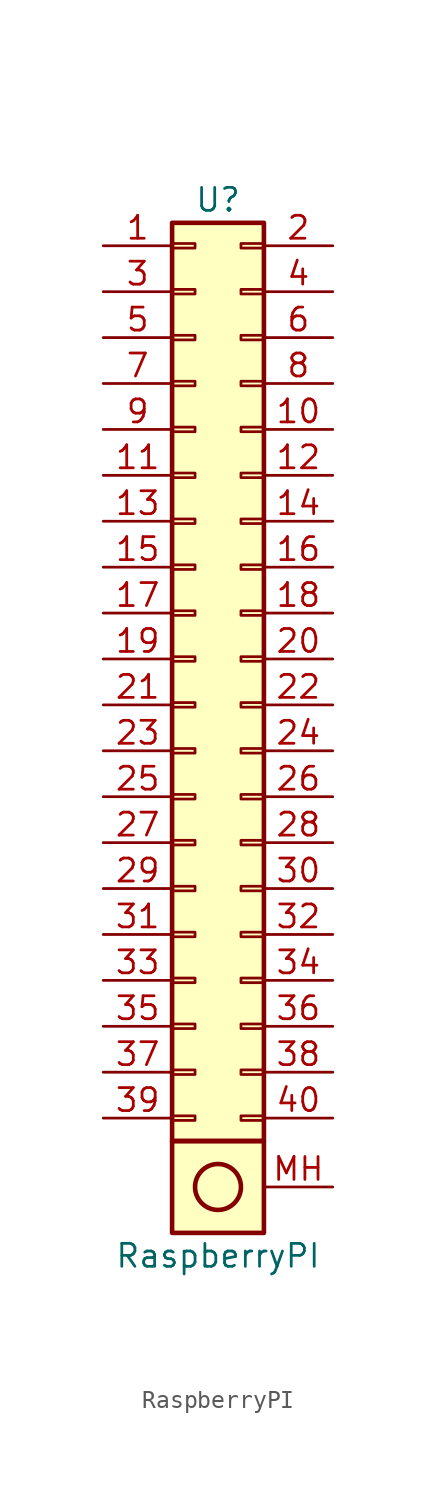
<source format=kicad_sym>
(kicad_symbol_lib
  (version 20220914)
  (generator kicad_symbol_editor)
  (symbol "RaspberryPI"
    (pin_names
      (offset 1.016) hide)
    (property "Reference" "U"
      (at 0 26.67 0)
      (effects (font (size 1.27 1.27))))
    (property "Value" "RaspberryPI"
      (at 0 -31.75 0)
      (effects (font (size 1.27 1.27))))
    (symbol "RaspberryPI_0_1"
      (rectangle (start -2.54 -25.4) (end 2.54 -30.48) (stroke (width 0.254) (type default)) (fill (type background)))
      (circle (center 0 -27.94) (radius 1.27) (stroke (width 0.254) (type default)) (fill (type none))))
    (symbol "RaspberryPI_1_1"
      (rectangle (start -2.54 -24.003) (end -1.27 -24.257) (stroke (width 0.152) (type default)) (fill (type none)))
      (rectangle (start -2.54 -21.463) (end -1.27 -21.717) (stroke (width 0.152) (type default)) (fill (type none)))
      (rectangle (start -2.54 -18.923) (end -1.27 -19.177) (stroke (width 0.152) (type default)) (fill (type none)))
      (rectangle (start -2.54 -16.383) (end -1.27 -16.637) (stroke (width 0.152) (type default)) (fill (type none)))
      (rectangle (start -2.54 -13.843) (end -1.27 -14.097) (stroke (width 0.152) (type default)) (fill (type none)))
      (rectangle (start -2.54 -11.303) (end -1.27 -11.557) (stroke (width 0.152) (type default)) (fill (type none)))
      (rectangle (start -2.54 -8.763) (end -1.27 -9.017) (stroke (width 0.152) (type default)) (fill (type none)))
      (rectangle (start -2.54 -6.223) (end -1.27 -6.477) (stroke (width 0.152) (type default)) (fill (type none)))
      (rectangle (start -2.54 -3.683) (end -1.27 -3.937) (stroke (width 0.152) (type default)) (fill (type none)))
      (rectangle (start -2.54 -1.143) (end -1.27 -1.397) (stroke (width 0.152) (type default)) (fill (type none)))
      (rectangle (start -2.54 1.397) (end -1.27 1.143) (stroke (width 0.152) (type default)) (fill (type none)))
      (rectangle (start -2.54 3.937) (end -1.27 3.683) (stroke (width 0.152) (type default)) (fill (type none)))
      (rectangle (start -2.54 6.477) (end -1.27 6.223) (stroke (width 0.152) (type default)) (fill (type none)))
      (rectangle (start -2.54 9.017) (end -1.27 8.763) (stroke (width 0.152) (type default)) (fill (type none)))
      (rectangle (start -2.54 11.557) (end -1.27 11.303) (stroke (width 0.152) (type default)) (fill (type none)))
      (rectangle (start -2.54 14.097) (end -1.27 13.843) (stroke (width 0.152) (type default)) (fill (type none)))
      (rectangle (start -2.54 16.637) (end -1.27 16.383) (stroke (width 0.152) (type default)) (fill (type none)))
      (rectangle (start -2.54 19.177) (end -1.27 18.923) (stroke (width 0.152) (type default)) (fill (type none)))
      (rectangle (start -2.54 21.717) (end -1.27 21.463) (stroke (width 0.152) (type default)) (fill (type none)))
      (rectangle (start -2.54 24.257) (end -1.27 24.003) (stroke (width 0.152) (type default)) (fill (type none)))
      (rectangle (start -2.54 25.4) (end 2.54 -25.4) (stroke (width 0.254) (type default)) (fill (type background)))
      (rectangle (start 2.54 -24.003) (end 1.27 -24.257) (stroke (width 0.152) (type default)) (fill (type none)))
      (rectangle (start 2.54 -21.463) (end 1.27 -21.717) (stroke (width 0.152) (type default)) (fill (type none)))
      (rectangle (start 2.54 -18.923) (end 1.27 -19.177) (stroke (width 0.152) (type default)) (fill (type none)))
      (rectangle (start 2.54 -16.383) (end 1.27 -16.637) (stroke (width 0.152) (type default)) (fill (type none)))
      (rectangle (start 2.54 -13.843) (end 1.27 -14.097) (stroke (width 0.152) (type default)) (fill (type none)))
      (rectangle (start 2.54 -11.303) (end 1.27 -11.557) (stroke (width 0.152) (type default)) (fill (type none)))
      (rectangle (start 2.54 -8.763) (end 1.27 -9.017) (stroke (width 0.152) (type default)) (fill (type none)))
      (rectangle (start 2.54 -6.223) (end 1.27 -6.477) (stroke (width 0.152) (type default)) (fill (type none)))
      (rectangle (start 2.54 -3.683) (end 1.27 -3.937) (stroke (width 0.152) (type default)) (fill (type none)))
      (rectangle (start 2.54 -1.143) (end 1.27 -1.397) (stroke (width 0.152) (type default)) (fill (type none)))
      (rectangle (start 2.54 1.397) (end 1.27 1.143) (stroke (width 0.152) (type default)) (fill (type none)))
      (rectangle (start 2.54 3.937) (end 1.27 3.683) (stroke (width 0.152) (type default)) (fill (type none)))
      (rectangle (start 2.54 6.477) (end 1.27 6.223) (stroke (width 0.152) (type default)) (fill (type none)))
      (rectangle (start 2.54 9.017) (end 1.27 8.763) (stroke (width 0.152) (type default)) (fill (type none)))
      (rectangle (start 2.54 11.557) (end 1.27 11.303) (stroke (width 0.152) (type default)) (fill (type none)))
      (rectangle (start 2.54 14.097) (end 1.27 13.843) (stroke (width 0.152) (type default)) (fill (type none)))
      (rectangle (start 2.54 16.637) (end 1.27 16.383) (stroke (width 0.152) (type default)) (fill (type none)))
      (rectangle (start 2.54 19.177) (end 1.27 18.923) (stroke (width 0.152) (type default)) (fill (type none)))
      (rectangle (start 2.54 21.717) (end 1.27 21.463) (stroke (width 0.152) (type default)) (fill (type none)))
      (rectangle (start 2.54 24.257) (end 1.27 24.003) (stroke (width 0.152) (type default)) (fill (type none)))
      (pin passive line (at -6.35 24.13 0) (length 3.81) (name "Pin_1" (effects (font (size 1.27 1.27)))) (number "1" (effects (font (size 1.27 1.27)))))
      (pin passive line (at 6.35 13.97 180) (length 3.81) (name "Pin_10" (effects (font (size 1.27 1.27)))) (number "10" (effects (font (size 1.27 1.27)))))
      (pin passive line (at -6.35 11.43 0) (length 3.81) (name "Pin_11" (effects (font (size 1.27 1.27)))) (number "11" (effects (font (size 1.27 1.27)))))
      (pin passive line (at 6.35 11.43 180) (length 3.81) (name "Pin_12" (effects (font (size 1.27 1.27)))) (number "12" (effects (font (size 1.27 1.27)))))
      (pin passive line (at -6.35 8.89 0) (length 3.81) (name "Pin_13" (effects (font (size 1.27 1.27)))) (number "13" (effects (font (size 1.27 1.27)))))
      (pin passive line (at 6.35 8.89 180) (length 3.81) (name "Pin_14" (effects (font (size 1.27 1.27)))) (number "14" (effects (font (size 1.27 1.27)))))
      (pin passive line (at -6.35 6.35 0) (length 3.81) (name "Pin_15" (effects (font (size 1.27 1.27)))) (number "15" (effects (font (size 1.27 1.27)))))
      (pin passive line (at 6.35 6.35 180) (length 3.81) (name "Pin_16" (effects (font (size 1.27 1.27)))) (number "16" (effects (font (size 1.27 1.27)))))
      (pin passive line (at -6.35 3.81 0) (length 3.81) (name "Pin_17" (effects (font (size 1.27 1.27)))) (number "17" (effects (font (size 1.27 1.27)))))
      (pin passive line (at 6.35 3.81 180) (length 3.81) (name "Pin_18" (effects (font (size 1.27 1.27)))) (number "18" (effects (font (size 1.27 1.27)))))
      (pin passive line (at -6.35 1.27 0) (length 3.81) (name "Pin_19" (effects (font (size 1.27 1.27)))) (number "19" (effects (font (size 1.27 1.27)))))
      (pin passive line (at 6.35 24.13 180) (length 3.81) (name "Pin_2" (effects (font (size 1.27 1.27)))) (number "2" (effects (font (size 1.27 1.27)))))
      (pin passive line (at 6.35 1.27 180) (length 3.81) (name "Pin_20" (effects (font (size 1.27 1.27)))) (number "20" (effects (font (size 1.27 1.27)))))
      (pin passive line (at -6.35 -1.27 0) (length 3.81) (name "Pin_21" (effects (font (size 1.27 1.27)))) (number "21" (effects (font (size 1.27 1.27)))))
      (pin passive line (at 6.35 -1.27 180) (length 3.81) (name "Pin_22" (effects (font (size 1.27 1.27)))) (number "22" (effects (font (size 1.27 1.27)))))
      (pin passive line (at -6.35 -3.81 0) (length 3.81) (name "Pin_23" (effects (font (size 1.27 1.27)))) (number "23" (effects (font (size 1.27 1.27)))))
      (pin passive line (at 6.35 -3.81 180) (length 3.81) (name "Pin_24" (effects (font (size 1.27 1.27)))) (number "24" (effects (font (size 1.27 1.27)))))
      (pin passive line (at -6.35 -6.35 0) (length 3.81) (name "Pin_25" (effects (font (size 1.27 1.27)))) (number "25" (effects (font (size 1.27 1.27)))))
      (pin passive line (at 6.35 -6.35 180) (length 3.81) (name "Pin_26" (effects (font (size 1.27 1.27)))) (number "26" (effects (font (size 1.27 1.27)))))
      (pin passive line (at -6.35 -8.89 0) (length 3.81) (name "Pin_27" (effects (font (size 1.27 1.27)))) (number "27" (effects (font (size 1.27 1.27)))))
      (pin passive line (at 6.35 -8.89 180) (length 3.81) (name "Pin_28" (effects (font (size 1.27 1.27)))) (number "28" (effects (font (size 1.27 1.27)))))
      (pin passive line (at -6.35 -11.43 0) (length 3.81) (name "Pin_29" (effects (font (size 1.27 1.27)))) (number "29" (effects (font (size 1.27 1.27)))))
      (pin passive line (at -6.35 21.59 0) (length 3.81) (name "Pin_3" (effects (font (size 1.27 1.27)))) (number "3" (effects (font (size 1.27 1.27)))))
      (pin passive line (at 6.35 -11.43 180) (length 3.81) (name "Pin_30" (effects (font (size 1.27 1.27)))) (number "30" (effects (font (size 1.27 1.27)))))
      (pin passive line (at -6.35 -13.97 0) (length 3.81) (name "Pin_31" (effects (font (size 1.27 1.27)))) (number "31" (effects (font (size 1.27 1.27)))))
      (pin passive line (at 6.35 -13.97 180) (length 3.81) (name "Pin_32" (effects (font (size 1.27 1.27)))) (number "32" (effects (font (size 1.27 1.27)))))
      (pin passive line (at -6.35 -16.51 0) (length 3.81) (name "Pin_33" (effects (font (size 1.27 1.27)))) (number "33" (effects (font (size 1.27 1.27)))))
      (pin passive line (at 6.35 -16.51 180) (length 3.81) (name "Pin_34" (effects (font (size 1.27 1.27)))) (number "34" (effects (font (size 1.27 1.27)))))
      (pin passive line (at -6.35 -19.05 0) (length 3.81) (name "Pin_35" (effects (font (size 1.27 1.27)))) (number "35" (effects (font (size 1.27 1.27)))))
      (pin passive line (at 6.35 -19.05 180) (length 3.81) (name "Pin_36" (effects (font (size 1.27 1.27)))) (number "36" (effects (font (size 1.27 1.27)))))
      (pin passive line (at -6.35 -21.59 0) (length 3.81) (name "Pin_37" (effects (font (size 1.27 1.27)))) (number "37" (effects (font (size 1.27 1.27)))))
      (pin passive line (at 6.35 -21.59 180) (length 3.81) (name "Pin_38" (effects (font (size 1.27 1.27)))) (number "38" (effects (font (size 1.27 1.27)))))
      (pin passive line (at -6.35 -24.13 0) (length 3.81) (name "Pin_39" (effects (font (size 1.27 1.27)))) (number "39" (effects (font (size 1.27 1.27)))))
      (pin passive line (at 6.35 21.59 180) (length 3.81) (name "Pin_4" (effects (font (size 1.27 1.27)))) (number "4" (effects (font (size 1.27 1.27)))))
      (pin passive line (at 6.35 -24.13 180) (length 3.81) (name "Pin_40" (effects (font (size 1.27 1.27)))) (number "40" (effects (font (size 1.27 1.27)))))
      (pin passive line (at -6.35 19.05 0) (length 3.81) (name "Pin_5" (effects (font (size 1.27 1.27)))) (number "5" (effects (font (size 1.27 1.27)))))
      (pin passive line (at 6.35 19.05 180) (length 3.81) (name "Pin_6" (effects (font (size 1.27 1.27)))) (number "6" (effects (font (size 1.27 1.27)))))
      (pin passive line (at -6.35 16.51 0) (length 3.81) (name "Pin_7" (effects (font (size 1.27 1.27)))) (number "7" (effects (font (size 1.27 1.27)))))
      (pin passive line (at 6.35 16.51 180) (length 3.81) (name "Pin_8" (effects (font (size 1.27 1.27)))) (number "8" (effects (font (size 1.27 1.27)))))
      (pin passive line (at -6.35 13.97 0) (length 3.81) (name "Pin_9" (effects (font (size 1.27 1.27)))) (number "9" (effects (font (size 1.27 1.27)))))
      (pin passive line (at 6.35 -27.94 180) (length 3.81) (name "MountingHoles" (effects (font (size 1.27 1.27)))) (number "MH" (effects (font (size 1.27 1.27))))))))
</source>
